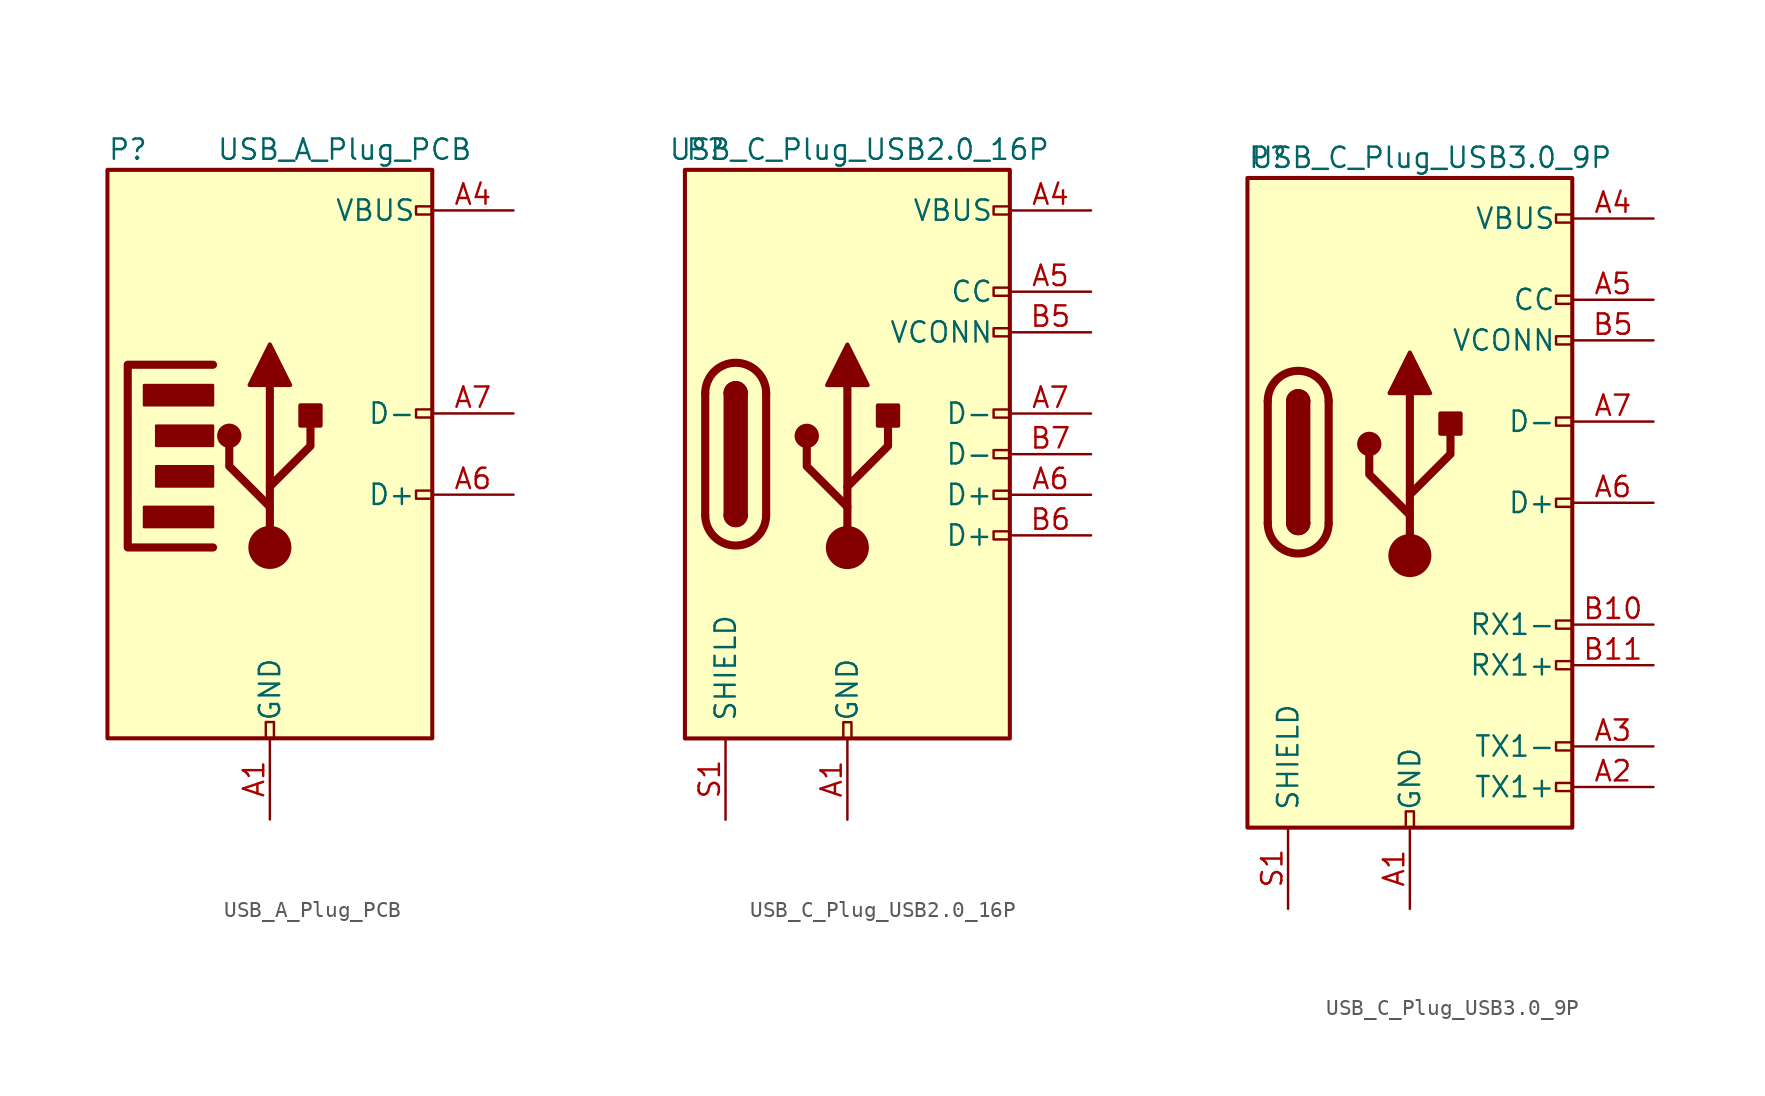
<source format=kicad_sym>
(kicad_symbol_lib
  (version 20220914)
  (generator kicad_symbol_editor)
  (symbol "USB_A_Plug_PCB"
    (pin_names
      (offset 1.016))
    (property "Reference" "P"
      (at -10.16 19.05 0)
      (effects (font (size 1.27 1.27)) (justify left)))
    (property "Value" "USB_A_Plug_PCB"
      (at 12.7 19.05 0)
      (effects (font (size 1.27 1.27)) (justify right)))
    (symbol "USB_A_Plug_PCB_0_0"
      (rectangle (start -0.254 -17.78) (end 0.254 -16.764) (stroke (width 0) (type default)) (fill (type none)))
      (rectangle (start 10.16 -2.286) (end 9.144 -2.794) (stroke (width 0) (type default)) (fill (type none)))
      (rectangle (start 10.16 2.794) (end 9.144 2.286) (stroke (width 0) (type default)) (fill (type none)))
      (rectangle (start 10.16 15.494) (end 9.144 14.986) (stroke (width 0) (type default)) (fill (type none))))
    (symbol "USB_A_Plug_PCB_0_1"
      (rectangle (start -10.16 17.78) (end 10.16 -17.78) (stroke (width 0.254) (type default)) (fill (type background)))
      (circle (center -2.54 1.143) (radius 0.635) (stroke (width 0.254) (type default)) (fill (type outline)))
      (circle (center 0 -5.842) (radius 1.27) (stroke (width 0) (type default)) (fill (type outline)))
      (polyline (pts (xy 0 -5.842) (xy 0 4.318)) (stroke (width 0.508) (type default)) (fill (type none)))
      (polyline (pts (xy 0 -3.302) (xy -2.54 -0.762) (xy -2.54 0.508)) (stroke (width 0.508) (type default)) (fill (type none)))
      (polyline (pts (xy 0 -2.032) (xy 2.54 0.508) (xy 2.54 1.778)) (stroke (width 0.508) (type default)) (fill (type none)))
      (polyline (pts (xy -1.27 4.318) (xy 0 6.858) (xy 1.27 4.318) (xy -1.27 4.318)) (stroke (width 0.254) (type default)) (fill (type outline)))
      (rectangle (start 1.905 1.778) (end 3.175 3.048) (stroke (width 0.254) (type default)) (fill (type outline))))
    (symbol "USB_A_Plug_PCB_1_1"
      (rectangle (start -7.874 -3.302) (end -3.556 -4.572) (stroke (width 0) (type default)) (fill (type outline)))
      (rectangle (start -7.874 4.318) (end -3.556 3.048) (stroke (width 0) (type default)) (fill (type outline)))
      (rectangle (start -7.112 -0.762) (end -3.556 -2.032) (stroke (width 0) (type default)) (fill (type outline)))
      (rectangle (start -7.112 1.778) (end -3.556 0.508) (stroke (width 0) (type default)) (fill (type outline)))
      (polyline (pts (xy -3.556 5.588) (xy -8.89 5.588) (xy -8.89 -5.842) (xy -3.556 -5.842)) (stroke (width 0.508) (type default)) (fill (type none)))
      (pin passive line (at 0 -22.86 90) (length 5.08) (name "GND" (effects (font (size 1.27 1.27)))) (number "A1" (effects (font (size 1.27 1.27)))))
      (pin passive line (at 0 -22.86 90) (length 5.08) hide (name "GND" (effects (font (size 1.27 1.27)))) (number "A12" (effects (font (size 1.27 1.27)))))
      (pin passive line (at 15.24 15.24 180) (length 5.08) (name "VBUS" (effects (font (size 1.27 1.27)))) (number "A4" (effects (font (size 1.27 1.27)))))
      (pin bidirectional line (at 15.24 -2.54 180) (length 5.08) (name "D+" (effects (font (size 1.27 1.27)))) (number "A6" (effects (font (size 1.27 1.27)))))
      (pin bidirectional line (at 15.24 2.54 180) (length 5.08) (name "D-" (effects (font (size 1.27 1.27)))) (number "A7" (effects (font (size 1.27 1.27)))))
      (pin passive line (at 15.24 15.24 180) (length 5.08) hide (name "VBUS" (effects (font (size 1.27 1.27)))) (number "A9" (effects (font (size 1.27 1.27)))))
      (pin passive line (at 0 -22.86 90) (length 5.08) hide (name "GND" (effects (font (size 1.27 1.27)))) (number "B1" (effects (font (size 1.27 1.27)))))
      (pin passive line (at 0 -22.86 90) (length 5.08) hide (name "GND" (effects (font (size 1.27 1.27)))) (number "B12" (effects (font (size 1.27 1.27)))))
      (pin passive line (at 15.24 15.24 180) (length 5.08) hide (name "VBUS" (effects (font (size 1.27 1.27)))) (number "B4" (effects (font (size 1.27 1.27)))))
      (pin passive line (at 15.24 15.24 180) (length 5.08) hide (name "VBUS" (effects (font (size 1.27 1.27)))) (number "B9" (effects (font (size 1.27 1.27)))))))
  (symbol "USB_C_Plug_USB2.0_16P"
    (pin_names
      (offset 1.016))
    (property "Reference" "P"
      (at -10.16 19.05 0)
      (effects (font (size 1.27 1.27)) (justify left)))
    (property "Value" "USB_C_Plug_USB2.0_16P"
      (at 12.7 19.05 0)
      (effects (font (size 1.27 1.27)) (justify right)))
    (symbol "USB_C_Plug_USB2.0_16P_0_0"
      (rectangle (start -0.254 -17.78) (end 0.254 -16.764) (stroke (width 0) (type default)) (fill (type none)))
      (rectangle (start 9.144 -4.826) (end 10.16 -5.334) (stroke (width 0) (type default)) (fill (type none)))
      (rectangle (start 9.144 -2.286) (end 10.16 -2.794) (stroke (width 0) (type default)) (fill (type none)))
      (rectangle (start 9.144 0.254) (end 10.16 -0.254) (stroke (width 0) (type default)) (fill (type none)))
      (rectangle (start 10.16 2.794) (end 9.144 2.286) (stroke (width 0) (type default)) (fill (type none)))
      (rectangle (start 10.16 7.874) (end 9.144 7.366) (stroke (width 0) (type default)) (fill (type none)))
      (rectangle (start 10.16 10.414) (end 9.144 9.906) (stroke (width 0) (type default)) (fill (type none)))
      (rectangle (start 10.16 15.494) (end 9.144 14.986) (stroke (width 0) (type default)) (fill (type none))))
    (symbol "USB_C_Plug_USB2.0_16P_0_1"
      (rectangle (start -10.16 17.78) (end 10.16 -17.78) (stroke (width 0.254) (type default)) (fill (type background)))
      (arc (start -8.89 -3.81) (mid -6.985 -5.7067) (end -5.08 -3.81) (stroke (width 0.508) (type default)) (fill (type none)))
      (arc (start -7.62 -3.81) (mid -6.985 -4.4423) (end -6.35 -3.81) (stroke (width 0.254) (type default)) (fill (type none)))
      (arc (start -7.62 -3.81) (mid -6.985 -4.4423) (end -6.35 -3.81) (stroke (width 0.254) (type default)) (fill (type outline)))
      (rectangle (start -7.62 -3.81) (end -6.35 3.81) (stroke (width 0.254) (type default)) (fill (type outline)))
      (arc (start -6.35 3.81) (mid -6.985 4.4423) (end -7.62 3.81) (stroke (width 0.254) (type default)) (fill (type none)))
      (arc (start -6.35 3.81) (mid -6.985 4.4423) (end -7.62 3.81) (stroke (width 0.254) (type default)) (fill (type outline)))
      (arc (start -5.08 3.81) (mid -6.985 5.7067) (end -8.89 3.81) (stroke (width 0.508) (type default)) (fill (type none)))
      (circle (center -2.54 1.143) (radius 0.635) (stroke (width 0.254) (type default)) (fill (type outline)))
      (circle (center 0 -5.842) (radius 1.27) (stroke (width 0) (type default)) (fill (type outline)))
      (polyline (pts (xy -8.89 -3.81) (xy -8.89 3.81)) (stroke (width 0.508) (type default)) (fill (type none)))
      (polyline (pts (xy -5.08 3.81) (xy -5.08 -3.81)) (stroke (width 0.508) (type default)) (fill (type none)))
      (polyline (pts (xy 0 -5.842) (xy 0 4.318)) (stroke (width 0.508) (type default)) (fill (type none)))
      (polyline (pts (xy 0 -3.302) (xy -2.54 -0.762) (xy -2.54 0.508)) (stroke (width 0.508) (type default)) (fill (type none)))
      (polyline (pts (xy 0 -2.032) (xy 2.54 0.508) (xy 2.54 1.778)) (stroke (width 0.508) (type default)) (fill (type none)))
      (polyline (pts (xy -1.27 4.318) (xy 0 6.858) (xy 1.27 4.318) (xy -1.27 4.318)) (stroke (width 0.254) (type default)) (fill (type outline)))
      (rectangle (start 1.905 1.778) (end 3.175 3.048) (stroke (width 0.254) (type default)) (fill (type outline))))
    (symbol "USB_C_Plug_USB2.0_16P_1_1"
      (pin passive line (at 0 -22.86 90) (length 5.08) (name "GND" (effects (font (size 1.27 1.27)))) (number "A1" (effects (font (size 1.27 1.27)))))
      (pin passive line (at 0 -22.86 90) (length 5.08) hide (name "GND" (effects (font (size 1.27 1.27)))) (number "A12" (effects (font (size 1.27 1.27)))))
      (pin passive line (at 15.24 15.24 180) (length 5.08) (name "VBUS" (effects (font (size 1.27 1.27)))) (number "A4" (effects (font (size 1.27 1.27)))))
      (pin bidirectional line (at 15.24 10.16 180) (length 5.08) (name "CC" (effects (font (size 1.27 1.27)))) (number "A5" (effects (font (size 1.27 1.27)))))
      (pin bidirectional line (at 15.24 -2.54 180) (length 5.08) (name "D+" (effects (font (size 1.27 1.27)))) (number "A6" (effects (font (size 1.27 1.27)))))
      (pin bidirectional line (at 15.24 2.54 180) (length 5.08) (name "D-" (effects (font (size 1.27 1.27)))) (number "A7" (effects (font (size 1.27 1.27)))))
      (pin passive line (at 15.24 15.24 180) (length 5.08) hide (name "VBUS" (effects (font (size 1.27 1.27)))) (number "A9" (effects (font (size 1.27 1.27)))))
      (pin passive line (at 0 -22.86 90) (length 5.08) hide (name "GND" (effects (font (size 1.27 1.27)))) (number "B1" (effects (font (size 1.27 1.27)))))
      (pin passive line (at 0 -22.86 90) (length 5.08) hide (name "GND" (effects (font (size 1.27 1.27)))) (number "B12" (effects (font (size 1.27 1.27)))))
      (pin passive line (at 15.24 15.24 180) (length 5.08) hide (name "VBUS" (effects (font (size 1.27 1.27)))) (number "B4" (effects (font (size 1.27 1.27)))))
      (pin bidirectional line (at 15.24 7.62 180) (length 5.08) (name "VCONN" (effects (font (size 1.27 1.27)))) (number "B5" (effects (font (size 1.27 1.27)))))
      (pin bidirectional line (at 15.24 -5.08 180) (length 5.08) (name "D+" (effects (font (size 1.27 1.27)))) (number "B6" (effects (font (size 1.27 1.27)))))
      (pin bidirectional line (at 15.24 0 180) (length 5.08) (name "D-" (effects (font (size 1.27 1.27)))) (number "B7" (effects (font (size 1.27 1.27)))))
      (pin passive line (at 15.24 15.24 180) (length 5.08) hide (name "VBUS" (effects (font (size 1.27 1.27)))) (number "B9" (effects (font (size 1.27 1.27)))))
      (pin passive line (at -7.62 -22.86 90) (length 5.08) (name "SHIELD" (effects (font (size 1.27 1.27)))) (number "S1" (effects (font (size 1.27 1.27)))))))
  (symbol "USB_C_Plug_USB3.0_9P"
    (pin_names
      (offset 1.016))
    (property "Reference" "P"
      (at -10.16 19.05 0)
      (effects (font (size 1.27 1.27)) (justify left)))
    (property "Value" "USB_C_Plug_USB3.0_9P"
      (at 12.7 19.05 0)
      (effects (font (size 1.27 1.27)) (justify right)))
    (symbol "USB_C_Plug_USB3.0_9P_0_0"
      (rectangle (start -0.254 -22.86) (end 0.254 -21.844) (stroke (width 0) (type default)) (fill (type none)))
      (rectangle (start 9.144 -20.066) (end 10.16 -20.574) (stroke (width 0) (type default)) (fill (type none)))
      (rectangle (start 9.144 -17.526) (end 10.16 -18.034) (stroke (width 0) (type default)) (fill (type none)))
      (rectangle (start 9.144 -12.446) (end 10.16 -12.954) (stroke (width 0) (type default)) (fill (type none)))
      (rectangle (start 9.144 -9.906) (end 10.16 -10.414) (stroke (width 0) (type default)) (fill (type none)))
      (rectangle (start 9.144 -2.286) (end 10.16 -2.794) (stroke (width 0) (type default)) (fill (type none)))
      (rectangle (start 10.16 2.794) (end 9.144 2.286) (stroke (width 0) (type default)) (fill (type none)))
      (rectangle (start 10.16 7.874) (end 9.144 7.366) (stroke (width 0) (type default)) (fill (type none)))
      (rectangle (start 10.16 10.414) (end 9.144 9.906) (stroke (width 0) (type default)) (fill (type none)))
      (rectangle (start 10.16 15.494) (end 9.144 14.986) (stroke (width 0) (type default)) (fill (type none))))
    (symbol "USB_C_Plug_USB3.0_9P_0_1"
      (rectangle (start -10.16 17.78) (end 10.16 -22.86) (stroke (width 0.254) (type default)) (fill (type background)))
      (arc (start -8.89 -3.81) (mid -6.985 -5.7067) (end -5.08 -3.81) (stroke (width 0.508) (type default)) (fill (type none)))
      (arc (start -7.62 -3.81) (mid -6.985 -4.4423) (end -6.35 -3.81) (stroke (width 0.254) (type default)) (fill (type none)))
      (arc (start -7.62 -3.81) (mid -6.985 -4.4423) (end -6.35 -3.81) (stroke (width 0.254) (type default)) (fill (type outline)))
      (rectangle (start -7.62 -3.81) (end -6.35 3.81) (stroke (width 0.254) (type default)) (fill (type outline)))
      (arc (start -6.35 3.81) (mid -6.985 4.4423) (end -7.62 3.81) (stroke (width 0.254) (type default)) (fill (type none)))
      (arc (start -6.35 3.81) (mid -6.985 4.4423) (end -7.62 3.81) (stroke (width 0.254) (type default)) (fill (type outline)))
      (arc (start -5.08 3.81) (mid -6.985 5.7067) (end -8.89 3.81) (stroke (width 0.508) (type default)) (fill (type none)))
      (circle (center -2.54 1.143) (radius 0.635) (stroke (width 0.254) (type default)) (fill (type outline)))
      (circle (center 0 -5.842) (radius 1.27) (stroke (width 0) (type default)) (fill (type outline)))
      (polyline (pts (xy -8.89 -3.81) (xy -8.89 3.81)) (stroke (width 0.508) (type default)) (fill (type none)))
      (polyline (pts (xy -5.08 3.81) (xy -5.08 -3.81)) (stroke (width 0.508) (type default)) (fill (type none)))
      (polyline (pts (xy 0 -5.842) (xy 0 4.318)) (stroke (width 0.508) (type default)) (fill (type none)))
      (polyline (pts (xy 0 -3.302) (xy -2.54 -0.762) (xy -2.54 0.508)) (stroke (width 0.508) (type default)) (fill (type none)))
      (polyline (pts (xy 0 -2.032) (xy 2.54 0.508) (xy 2.54 1.778)) (stroke (width 0.508) (type default)) (fill (type none)))
      (polyline (pts (xy -1.27 4.318) (xy 0 6.858) (xy 1.27 4.318) (xy -1.27 4.318)) (stroke (width 0.254) (type default)) (fill (type outline)))
      (rectangle (start 1.905 1.778) (end 3.175 3.048) (stroke (width 0.254) (type default)) (fill (type outline))))
    (symbol "USB_C_Plug_USB3.0_9P_1_1"
      (pin passive line (at 0 -27.94 90) (length 5.08) (name "GND" (effects (font (size 1.27 1.27)))) (number "A1" (effects (font (size 1.27 1.27)))))
      (pin passive line (at 0 -27.94 90) (length 5.08) hide (name "GND" (effects (font (size 1.27 1.27)))) (number "A12" (effects (font (size 1.27 1.27)))))
      (pin bidirectional line (at 15.24 -20.32 180) (length 5.08) (name "TX1+" (effects (font (size 1.27 1.27)))) (number "A2" (effects (font (size 1.27 1.27)))))
      (pin bidirectional line (at 15.24 -17.78 180) (length 5.08) (name "TX1-" (effects (font (size 1.27 1.27)))) (number "A3" (effects (font (size 1.27 1.27)))))
      (pin passive line (at 15.24 15.24 180) (length 5.08) (name "VBUS" (effects (font (size 1.27 1.27)))) (number "A4" (effects (font (size 1.27 1.27)))))
      (pin bidirectional line (at 15.24 10.16 180) (length 5.08) (name "CC" (effects (font (size 1.27 1.27)))) (number "A5" (effects (font (size 1.27 1.27)))))
      (pin bidirectional line (at 15.24 -2.54 180) (length 5.08) (name "D+" (effects (font (size 1.27 1.27)))) (number "A6" (effects (font (size 1.27 1.27)))))
      (pin bidirectional line (at 15.24 2.54 180) (length 5.08) (name "D-" (effects (font (size 1.27 1.27)))) (number "A7" (effects (font (size 1.27 1.27)))))
      (pin passive line (at 15.24 15.24 180) (length 5.08) hide (name "VBUS" (effects (font (size 1.27 1.27)))) (number "A9" (effects (font (size 1.27 1.27)))))
      (pin passive line (at 0 -27.94 90) (length 5.08) hide (name "GND" (effects (font (size 1.27 1.27)))) (number "B1" (effects (font (size 1.27 1.27)))))
      (pin bidirectional line (at 15.24 -10.16 180) (length 5.08) (name "RX1-" (effects (font (size 1.27 1.27)))) (number "B10" (effects (font (size 1.27 1.27)))))
      (pin bidirectional line (at 15.24 -12.7 180) (length 5.08) (name "RX1+" (effects (font (size 1.27 1.27)))) (number "B11" (effects (font (size 1.27 1.27)))))
      (pin passive line (at 0 -27.94 90) (length 5.08) hide (name "GND" (effects (font (size 1.27 1.27)))) (number "B12" (effects (font (size 1.27 1.27)))))
      (pin passive line (at 15.24 15.24 180) (length 5.08) hide (name "VBUS" (effects (font (size 1.27 1.27)))) (number "B4" (effects (font (size 1.27 1.27)))))
      (pin bidirectional line (at 15.24 7.62 180) (length 5.08) (name "VCONN" (effects (font (size 1.27 1.27)))) (number "B5" (effects (font (size 1.27 1.27)))))
      (pin passive line (at 15.24 15.24 180) (length 5.08) hide (name "VBUS" (effects (font (size 1.27 1.27)))) (number "B9" (effects (font (size 1.27 1.27)))))
      (pin passive line (at -7.62 -27.94 90) (length 5.08) (name "SHIELD" (effects (font (size 1.27 1.27)))) (number "S1" (effects (font (size 1.27 1.27))))))))
</source>
